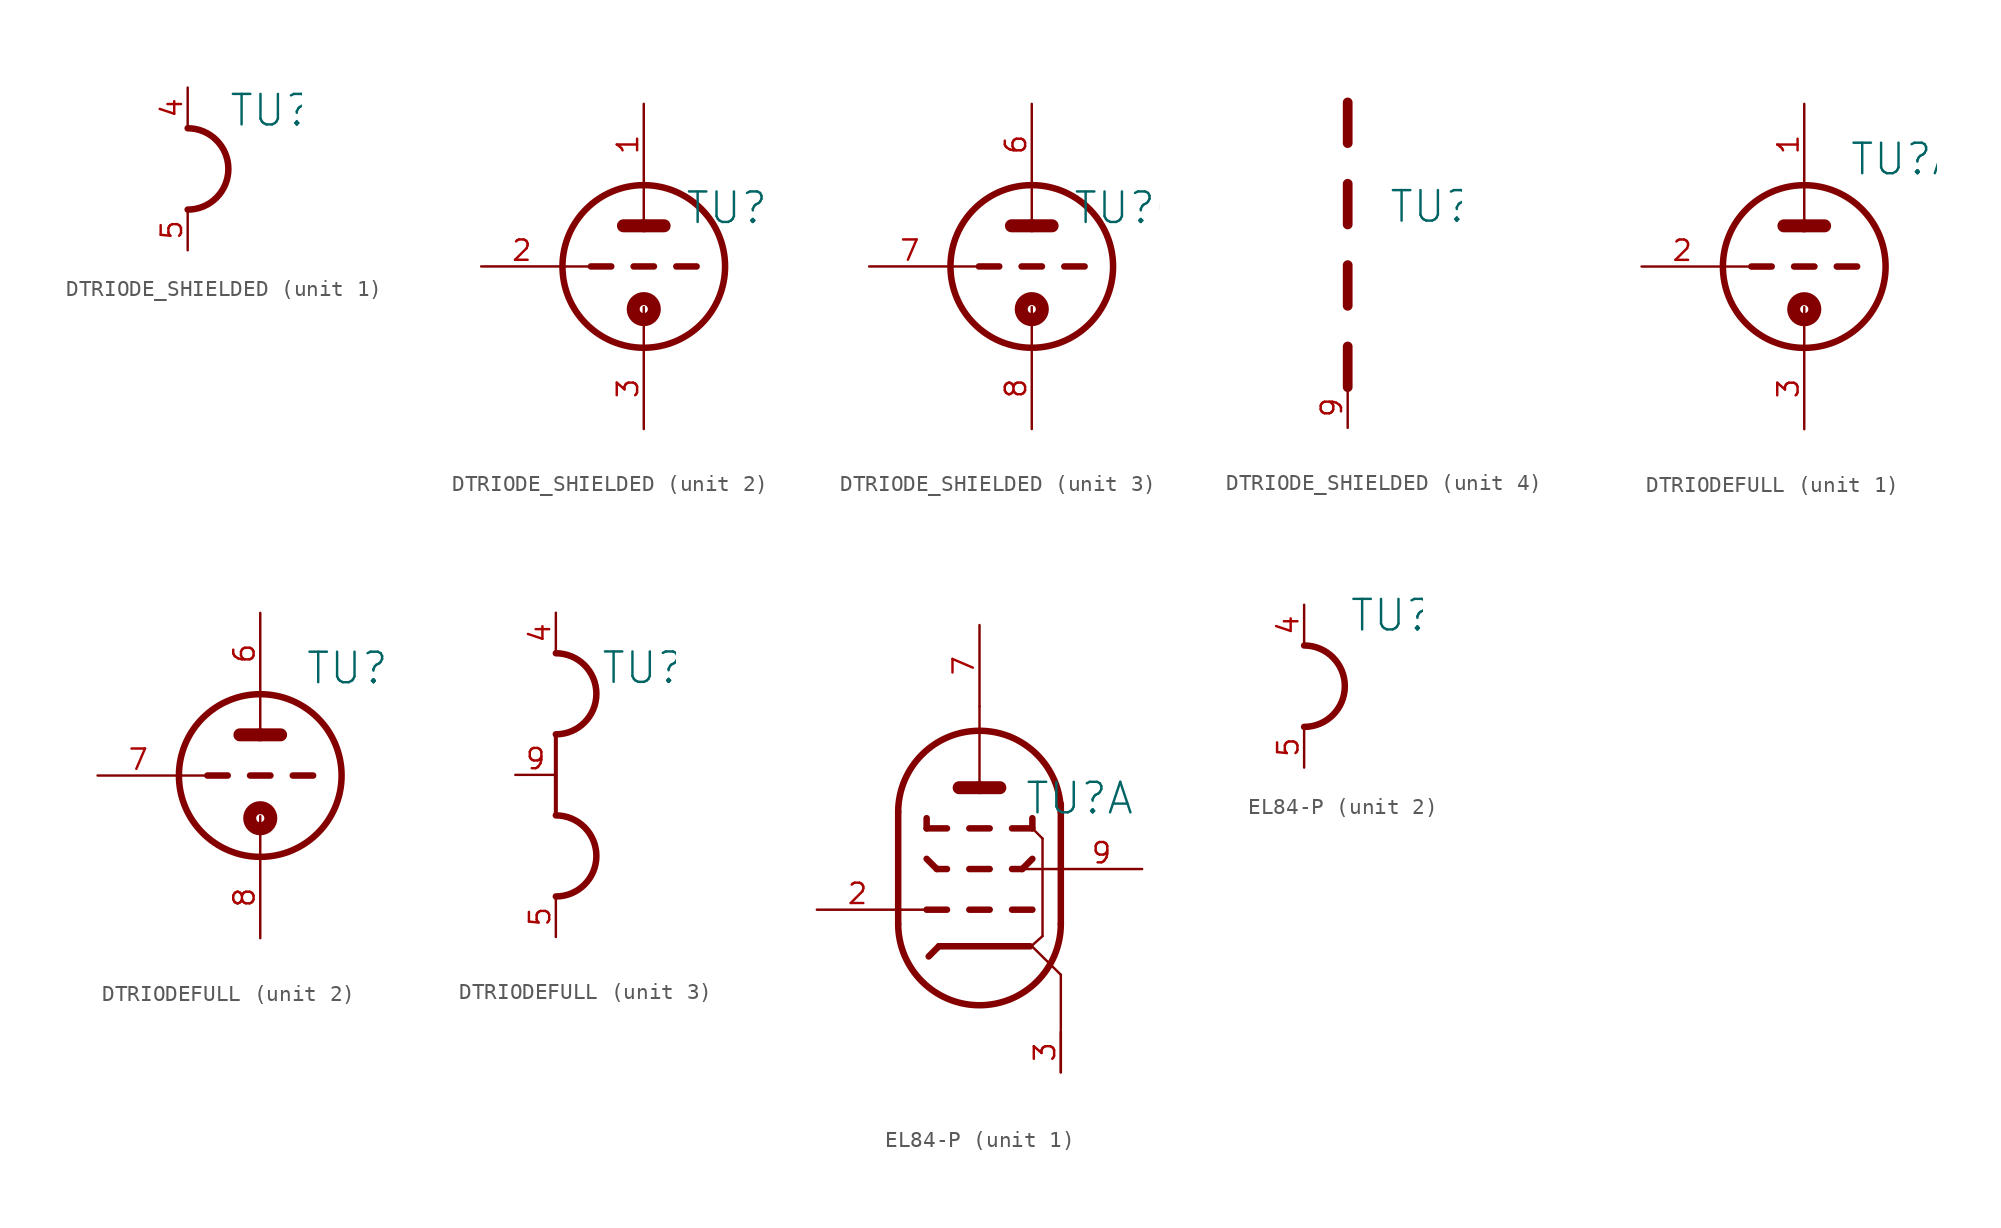
<source format=kicad_sym>
(kicad_symbol_lib
  (version 20231120)
  (generator "kicad_symbol_editor")
  (generator_version "8.0")
  (symbol "DTRIODE_SHIELDED"
    (pin_names hide)
    (property "Reference" "TU"
      (at 2.54 2.54 0)
      (effects (font (size 1.905 1.905)) (justify left bottom)))
    (property "ki_locked" ""
      (at 0 0 0)
      (effects (font (size 1.27 1.27))))
    (symbol "DTRIODE_SHIELDED_1_0"
      (arc (start 0 -2.54) (mid 2.54 0) (end 0 2.54) (stroke (width 0.4064) (type solid)) (fill (type none)))
      (pin power_in line (at 0 5.08 270) (length 2.54) (name "H1" (effects (font (size 1.27 1.27)))) (number "4" (effects (font (size 1.27 1.27)))))
      (pin power_in line (at 0 -5.08 90) (length 2.54) (name "H2" (effects (font (size 1.27 1.27)))) (number "5" (effects (font (size 1.27 1.27))))))
    (symbol "DTRIODE_SHIELDED_2_0"
      (circle (center 0 -2.667) (radius 0.254) (stroke (width 0.813) (type solid)) (fill (type none)))
      (polyline (pts (xy -5.08 0) (xy -3.302 0)) (stroke (width 0.152) (type solid)) (fill (type none)))
      (polyline (pts (xy -3.302 0) (xy -2.032 0)) (stroke (width 0.406) (type solid)) (fill (type none)))
      (polyline (pts (xy -1.27 2.54) (xy 0 2.54)) (stroke (width 0.813) (type solid)) (fill (type none)))
      (polyline (pts (xy -0.635 0) (xy 0.635 0)) (stroke (width 0.406) (type solid)) (fill (type none)))
      (polyline (pts (xy 0 -2.54) (xy 0 -5.08)) (stroke (width 0.152) (type solid)) (fill (type none)))
      (polyline (pts (xy 0 2.54) (xy 1.27 2.54)) (stroke (width 0.813) (type solid)) (fill (type none)))
      (polyline (pts (xy 0 5.08) (xy 0 2.54)) (stroke (width 0.152) (type solid)) (fill (type none)))
      (polyline (pts (xy 2.032 0) (xy 3.302 0)) (stroke (width 0.406) (type solid)) (fill (type none)))
      (circle (center 0 0) (radius 5.08) (stroke (width 0.406) (type solid)) (fill (type none)))
      (pin bidirectional line (at 0 10.16 270) (length 5.08) (name "TA" (effects (font (size 1.27 1.27)))) (number "1" (effects (font (size 1.27 1.27)))))
      (pin input line (at -10.16 0 0) (length 5.08) (name "TG" (effects (font (size 1.27 1.27)))) (number "2" (effects (font (size 1.27 1.27)))))
      (pin bidirectional line (at 0 -10.16 90) (length 5.08) (name "TK" (effects (font (size 1.27 1.27)))) (number "3" (effects (font (size 1.27 1.27))))))
    (symbol "DTRIODE_SHIELDED_3_0"
      (circle (center 0 -2.667) (radius 0.254) (stroke (width 0.813) (type solid)) (fill (type none)))
      (polyline (pts (xy -5.08 0) (xy -3.302 0)) (stroke (width 0.152) (type solid)) (fill (type none)))
      (polyline (pts (xy -3.302 0) (xy -2.032 0)) (stroke (width 0.406) (type solid)) (fill (type none)))
      (polyline (pts (xy -1.27 2.54) (xy 0 2.54)) (stroke (width 0.813) (type solid)) (fill (type none)))
      (polyline (pts (xy -0.635 0) (xy 0.635 0)) (stroke (width 0.406) (type solid)) (fill (type none)))
      (polyline (pts (xy 0 -2.54) (xy 0 -5.08)) (stroke (width 0.152) (type solid)) (fill (type none)))
      (polyline (pts (xy 0 2.54) (xy 1.27 2.54)) (stroke (width 0.813) (type solid)) (fill (type none)))
      (polyline (pts (xy 0 5.08) (xy 0 2.54)) (stroke (width 0.152) (type solid)) (fill (type none)))
      (polyline (pts (xy 2.032 0) (xy 3.302 0)) (stroke (width 0.406) (type solid)) (fill (type none)))
      (circle (center 0 0) (radius 5.08) (stroke (width 0.406) (type solid)) (fill (type none)))
      (pin bidirectional line (at 0 10.16 270) (length 5.08) (name "TA" (effects (font (size 1.27 1.27)))) (number "6" (effects (font (size 1.27 1.27)))))
      (pin input line (at -10.16 0 0) (length 5.08) (name "TG" (effects (font (size 1.27 1.27)))) (number "7" (effects (font (size 1.27 1.27)))))
      (pin bidirectional line (at 0 -10.16 90) (length 5.08) (name "TK" (effects (font (size 1.27 1.27)))) (number "8" (effects (font (size 1.27 1.27))))))
    (symbol "DTRIODE_SHIELDED_4_0"
      (polyline (pts (xy 0 -7.62) (xy 0 -5.08)) (stroke (width 0.61) (type solid)) (fill (type none)))
      (polyline (pts (xy 0 -2.54) (xy 0 0)) (stroke (width 0.61) (type solid)) (fill (type none)))
      (polyline (pts (xy 0 2.54) (xy 0 5.08)) (stroke (width 0.61) (type solid)) (fill (type none)))
      (polyline (pts (xy 0 7.62) (xy 0 10.16)) (stroke (width 0.61) (type solid)) (fill (type none)))
      (pin passive line (at 0 -10.16 90) (length 2.54) (name "Shield" (effects (font (size 1.27 1.27)))) (number "9" (effects (font (size 1.27 1.27)))))))
  (symbol "DTRIODEFULL"
    (pin_names hide)
    (property "Reference" "TU"
      (at 2.794 5.588 0)
      (effects (font (size 1.905 1.905)) (justify left bottom)))
    (property "ki_locked" ""
      (at 0 0 0)
      (effects (font (size 1.27 1.27))))
    (symbol "DTRIODEFULL_1_0"
      (circle (center 0 -2.667) (radius 0.254) (stroke (width 0.813) (type solid)) (fill (type none)))
      (polyline (pts (xy -5.08 0) (xy -3.302 0)) (stroke (width 0.152) (type solid)) (fill (type none)))
      (polyline (pts (xy -3.302 0) (xy -2.032 0)) (stroke (width 0.406) (type solid)) (fill (type none)))
      (polyline (pts (xy -1.27 2.54) (xy 0 2.54)) (stroke (width 0.813) (type solid)) (fill (type none)))
      (polyline (pts (xy -0.635 0) (xy 0.635 0)) (stroke (width 0.406) (type solid)) (fill (type none)))
      (polyline (pts (xy 0 -2.54) (xy 0 -5.08)) (stroke (width 0.152) (type solid)) (fill (type none)))
      (polyline (pts (xy 0 2.54) (xy 1.27 2.54)) (stroke (width 0.813) (type solid)) (fill (type none)))
      (polyline (pts (xy 0 5.08) (xy 0 2.54)) (stroke (width 0.152) (type solid)) (fill (type none)))
      (polyline (pts (xy 2.032 0) (xy 3.302 0)) (stroke (width 0.406) (type solid)) (fill (type none)))
      (circle (center 0 0) (radius 5.08) (stroke (width 0.406) (type solid)) (fill (type none)))
      (pin bidirectional line (at 0 10.16 270) (length 5.08) (name "TA" (effects (font (size 1.27 1.27)))) (number "1" (effects (font (size 1.27 1.27)))))
      (pin input line (at -10.16 0 0) (length 5.08) (name "TG" (effects (font (size 1.27 1.27)))) (number "2" (effects (font (size 1.27 1.27)))))
      (pin bidirectional line (at 0 -10.16 90) (length 5.08) (name "TK" (effects (font (size 1.27 1.27)))) (number "3" (effects (font (size 1.27 1.27))))))
    (symbol "DTRIODEFULL_2_0"
      (circle (center 0 -2.667) (radius 0.254) (stroke (width 0.813) (type solid)) (fill (type none)))
      (polyline (pts (xy -5.08 0) (xy -3.302 0)) (stroke (width 0.152) (type solid)) (fill (type none)))
      (polyline (pts (xy -3.302 0) (xy -2.032 0)) (stroke (width 0.406) (type solid)) (fill (type none)))
      (polyline (pts (xy -1.27 2.54) (xy 0 2.54)) (stroke (width 0.813) (type solid)) (fill (type none)))
      (polyline (pts (xy -0.635 0) (xy 0.635 0)) (stroke (width 0.406) (type solid)) (fill (type none)))
      (polyline (pts (xy 0 -2.54) (xy 0 -5.08)) (stroke (width 0.152) (type solid)) (fill (type none)))
      (polyline (pts (xy 0 2.54) (xy 1.27 2.54)) (stroke (width 0.813) (type solid)) (fill (type none)))
      (polyline (pts (xy 0 5.08) (xy 0 2.54)) (stroke (width 0.152) (type solid)) (fill (type none)))
      (polyline (pts (xy 2.032 0) (xy 3.302 0)) (stroke (width 0.406) (type solid)) (fill (type none)))
      (circle (center 0 0) (radius 5.08) (stroke (width 0.406) (type solid)) (fill (type none)))
      (pin bidirectional line (at 0 10.16 270) (length 5.08) (name "TA" (effects (font (size 1.27 1.27)))) (number "6" (effects (font (size 1.27 1.27)))))
      (pin input line (at -10.16 0 0) (length 5.08) (name "TG" (effects (font (size 1.27 1.27)))) (number "7" (effects (font (size 1.27 1.27)))))
      (pin bidirectional line (at 0 -10.16 90) (length 5.08) (name "TK" (effects (font (size 1.27 1.27)))) (number "8" (effects (font (size 1.27 1.27))))))
    (symbol "DTRIODEFULL_3_0"
      (arc (start 0 -7.62) (mid 2.54 -5.08) (end 0 -2.54) (stroke (width 0.4064) (type solid)) (fill (type none)))
      (polyline (pts (xy 0 2.54) (xy 0 -2.54)) (stroke (width 0.254) (type solid)) (fill (type none)))
      (arc (start 0 2.54) (mid 2.54 5.08) (end 0 7.62) (stroke (width 0.4064) (type solid)) (fill (type none)))
      (pin power_in line (at 0 10.16 270) (length 2.54) (name "H1" (effects (font (size 1.27 1.27)))) (number "4" (effects (font (size 1.27 1.27)))))
      (pin power_in line (at 0 -10.16 90) (length 2.54) (name "H3" (effects (font (size 1.27 1.27)))) (number "5" (effects (font (size 1.27 1.27)))))
      (pin power_in line (at -2.54 0 0) (length 2.54) (name "H2" (effects (font (size 1.27 1.27)))) (number "9" (effects (font (size 1.27 1.27)))))))
  (symbol "EL84-P"
    (pin_names hide)
    (property "Reference" "TU"
      (at 2.794 3.302 0)
      (effects (font (size 1.905 1.905)) (justify left bottom)))
    (property "ki_locked" ""
      (at 0 0 0)
      (effects (font (size 1.27 1.27))))
    (symbol "EL84-P_1_0"
      (arc (start -5.08 -3.429) (mid 0 -8.509) (end 5.08 -3.429) (stroke (width 0.4064) (type solid)) (fill (type none)))
      (polyline (pts (xy -5.08 -2.54) (xy -5.08 -3.429)) (stroke (width 0.406) (type solid)) (fill (type none)))
      (polyline (pts (xy -5.08 -2.54) (xy -2.032 -2.54)) (stroke (width 0.152) (type solid)) (fill (type none)))
      (polyline (pts (xy -5.08 3.556) (xy -5.08 -2.54)) (stroke (width 0.406) (type solid)) (fill (type none)))
      (polyline (pts (xy -3.302 -2.54) (xy -2.032 -2.54)) (stroke (width 0.406) (type solid)) (fill (type none)))
      (polyline (pts (xy -3.302 2.54) (xy -3.302 3.175)) (stroke (width 0.406) (type solid)) (fill (type none)))
      (polyline (pts (xy -2.667 0) (xy -3.302 0.635)) (stroke (width 0.406) (type solid)) (fill (type none)))
      (polyline (pts (xy -2.54 -4.826) (xy -3.175 -5.461)) (stroke (width 0.406) (type solid)) (fill (type none)))
      (polyline (pts (xy -2.032 0) (xy -2.667 0)) (stroke (width 0.406) (type solid)) (fill (type none)))
      (polyline (pts (xy -2.032 2.54) (xy -3.302 2.54)) (stroke (width 0.406) (type solid)) (fill (type none)))
      (polyline (pts (xy -1.27 5.08) (xy 0 5.08)) (stroke (width 0.813) (type solid)) (fill (type none)))
      (polyline (pts (xy -0.635 -2.54) (xy 0.635 -2.54)) (stroke (width 0.406) (type solid)) (fill (type none)))
      (polyline (pts (xy -0.635 0) (xy 0.635 0)) (stroke (width 0.406) (type solid)) (fill (type none)))
      (polyline (pts (xy -0.635 2.54) (xy 0.635 2.54)) (stroke (width 0.406) (type solid)) (fill (type none)))
      (polyline (pts (xy 0 5.08) (xy 1.27 5.08)) (stroke (width 0.813) (type solid)) (fill (type none)))
      (polyline (pts (xy 0 10.16) (xy 0 5.08)) (stroke (width 0.152) (type solid)) (fill (type none)))
      (polyline (pts (xy 2.032 -2.54) (xy 3.302 -2.54)) (stroke (width 0.406) (type solid)) (fill (type none)))
      (polyline (pts (xy 2.032 0) (xy 2.667 0)) (stroke (width 0.406) (type solid)) (fill (type none)))
      (polyline (pts (xy 2.032 0) (xy 5.08 0)) (stroke (width 0.152) (type solid)) (fill (type none)))
      (polyline (pts (xy 2.032 2.54) (xy 3.302 2.54)) (stroke (width 0.406) (type solid)) (fill (type none)))
      (polyline (pts (xy 2.667 0) (xy 3.302 0.635)) (stroke (width 0.406) (type solid)) (fill (type none)))
      (polyline (pts (xy 3.175 -4.826) (xy -2.54 -4.826)) (stroke (width 0.406) (type solid)) (fill (type none)))
      (polyline (pts (xy 3.251 -4.801) (xy 5.08 -6.604)) (stroke (width 0.152) (type solid)) (fill (type none)))
      (polyline (pts (xy 3.302 2.54) (xy 3.302 3.175)) (stroke (width 0.406) (type solid)) (fill (type none)))
      (polyline (pts (xy 3.302 2.54) (xy 3.937 1.905)) (stroke (width 0.152) (type solid)) (fill (type none)))
      (polyline (pts (xy 3.937 -4.191) (xy 3.251 -4.801)) (stroke (width 0.152) (type solid)) (fill (type none)))
      (polyline (pts (xy 3.937 1.905) (xy 3.937 -4.191)) (stroke (width 0.152) (type solid)) (fill (type none)))
      (polyline (pts (xy 5.08 -6.604) (xy 5.08 -12.7)) (stroke (width 0.152) (type solid)) (fill (type none)))
      (polyline (pts (xy 5.08 0) (xy 5.08 -3.429)) (stroke (width 0.406) (type solid)) (fill (type none)))
      (polyline (pts (xy 5.08 4.064) (xy 5.08 0)) (stroke (width 0.406) (type solid)) (fill (type none)))
      (arc (start 5.08 3.556) (mid 0 8.636) (end -5.08 3.556) (stroke (width 0.4064) (type solid)) (fill (type none)))
      (pin input line (at -10.16 -2.54 0) (length 5.08) (name "PG" (effects (font (size 1.27 1.27)))) (number "2" (effects (font (size 1.27 1.27)))))
      (pin bidirectional line (at 5.08 -12.7 90) (length 2.54) (name "PK" (effects (font (size 1.27 1.27)))) (number "3" (effects (font (size 1.27 1.27)))))
      (pin bidirectional line (at 0 15.24 270) (length 5.08) (name "PA" (effects (font (size 1.27 1.27)))) (number "7" (effects (font (size 1.27 1.27)))))
      (pin input line (at 10.16 0 180) (length 5.08) (name "PSG" (effects (font (size 1.27 1.27)))) (number "9" (effects (font (size 1.27 1.27))))))
    (symbol "EL84-P_2_0"
      (arc (start 0 -2.54) (mid 2.54 0) (end 0 2.54) (stroke (width 0.4064) (type solid)) (fill (type none)))
      (pin power_in line (at 0 5.08 270) (length 2.54) (name "H1" (effects (font (size 1.27 1.27)))) (number "4" (effects (font (size 1.27 1.27)))))
      (pin power_in line (at 0 -5.08 90) (length 2.54) (name "H2" (effects (font (size 1.27 1.27)))) (number "5" (effects (font (size 1.27 1.27))))))))
</source>
